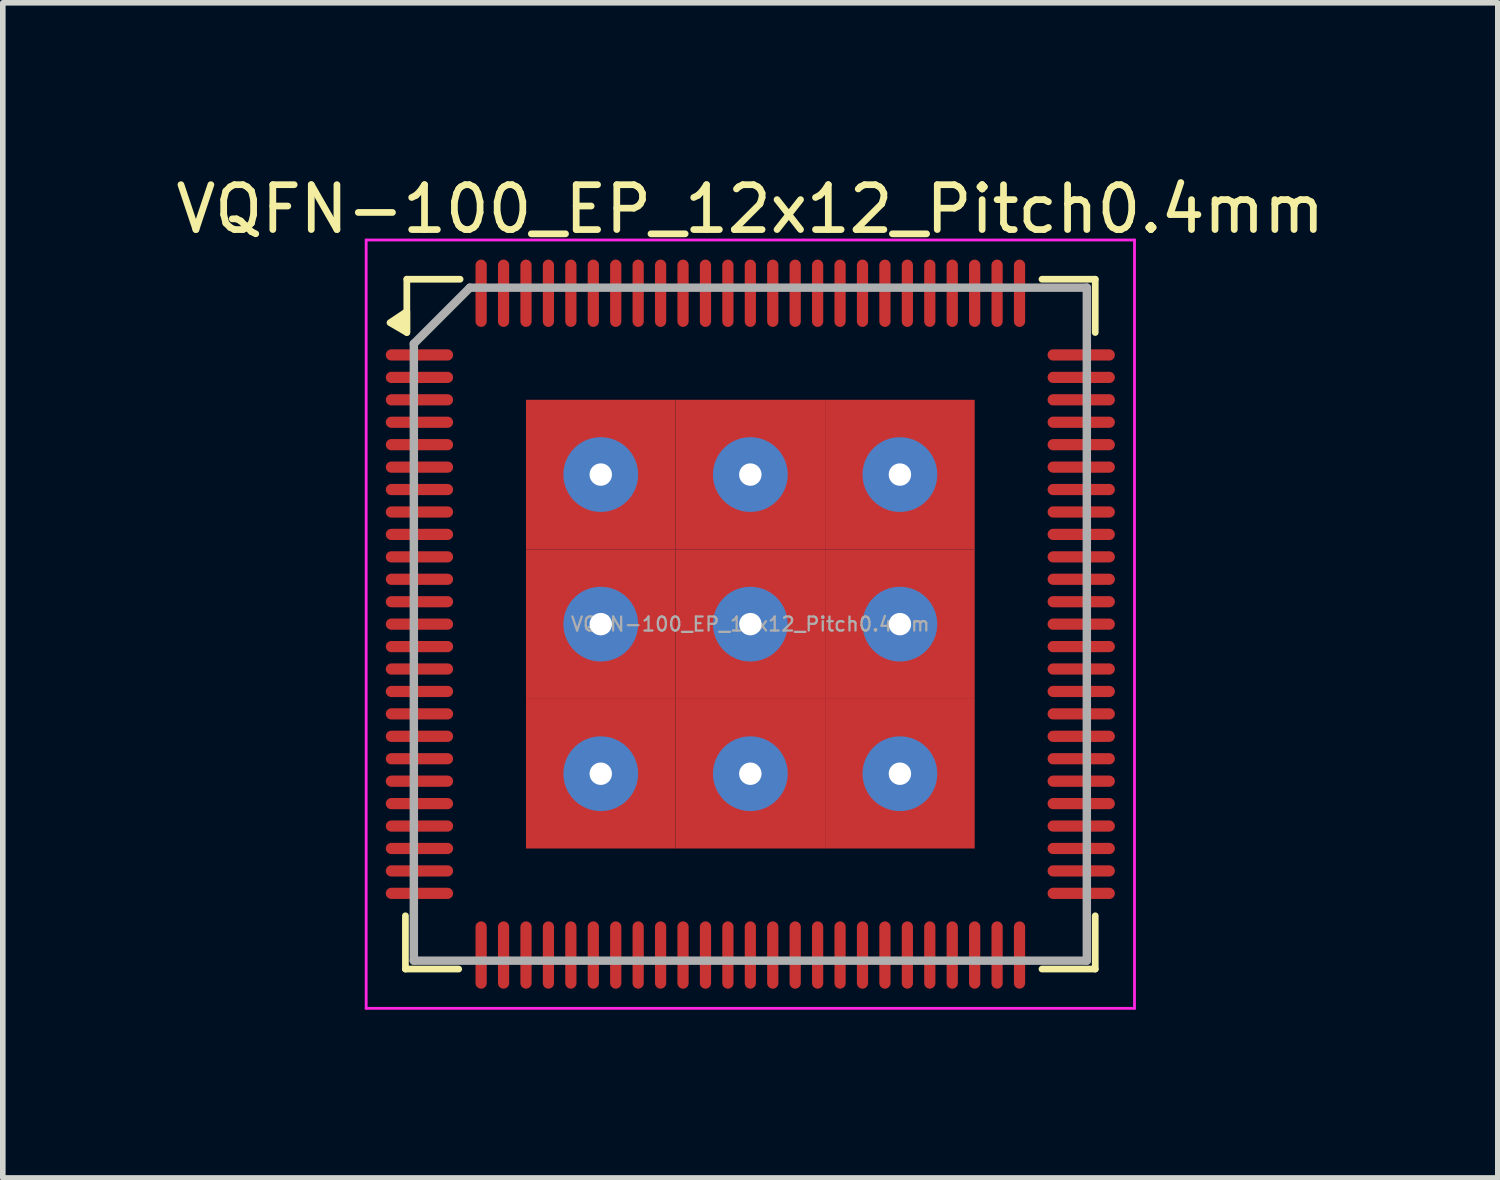
<source format=kicad_pcb>
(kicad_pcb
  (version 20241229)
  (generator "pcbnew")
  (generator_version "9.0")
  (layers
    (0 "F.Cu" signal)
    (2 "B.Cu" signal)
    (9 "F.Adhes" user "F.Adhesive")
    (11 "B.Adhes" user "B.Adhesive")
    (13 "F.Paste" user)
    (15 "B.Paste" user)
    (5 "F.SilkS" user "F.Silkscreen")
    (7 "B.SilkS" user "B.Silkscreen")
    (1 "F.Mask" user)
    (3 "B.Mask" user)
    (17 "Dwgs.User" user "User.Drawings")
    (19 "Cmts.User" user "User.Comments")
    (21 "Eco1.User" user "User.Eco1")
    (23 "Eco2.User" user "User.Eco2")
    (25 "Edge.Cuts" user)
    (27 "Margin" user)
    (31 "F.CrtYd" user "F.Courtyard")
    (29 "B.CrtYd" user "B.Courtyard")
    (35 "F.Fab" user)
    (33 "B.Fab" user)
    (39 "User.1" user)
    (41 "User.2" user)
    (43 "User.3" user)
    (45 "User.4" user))
  (footprint "VQFN-100_EP_12x12_Pitch0.4mm"
    (layer "F.Cu")
    (at 10.329 8.079)
    (property "Reference" "VQFN-100_EP_12x12_Pitch0.4mm" (at 0 -7.4 0) (layer "F.SilkS") (effects (font (size 0.8 0.8) (thickness 0.12))))
    (attr through_hole)
    (fp_line (start -6.15 6.15) (end -6.15 5.2) (stroke (width 0.12) (type default)) (layer "F.SilkS"))
    (fp_line (start -6.125 -6.15) (end -5.175 -6.15) (stroke (width 0.12) (type default)) (layer "F.SilkS"))
    (fp_line (start -6.125 -5.2) (end -6.125 -6.15) (stroke (width 0.12) (type default)) (layer "F.SilkS"))
    (fp_line (start -5.2 6.15) (end -6.15 6.15) (stroke (width 0.12) (type default)) (layer "F.SilkS"))
    (fp_line (start 5.2 -6.15) (end 6.15 -6.15) (stroke (width 0.12) (type default)) (layer "F.SilkS"))
    (fp_line (start 5.2 6.15) (end 6.15 6.15) (stroke (width 0.12) (type default)) (layer "F.SilkS"))
    (fp_line (start 6.15 -6.15) (end 6.15 -5.2) (stroke (width 0.12) (type default)) (layer "F.SilkS"))
    (fp_line (start 6.15 6.15) (end 6.15 5.2) (stroke (width 0.12) (type default)) (layer "F.SilkS"))
    (fp_poly (pts (xy -6.125 -5.2) (xy -6.425 -5.375) (xy -6.125 -5.575)) (stroke (width 0.12) (type solid)) (fill yes) (layer "F.SilkS"))
    (fp_line (start -6.85 -6.85) (end 6.85 -6.85) (stroke (width 0.05) (type default)) (layer "F.CrtYd"))
    (fp_line (start -6.85 6.85) (end -6.85 -6.85) (stroke (width 0.05) (type default)) (layer "F.CrtYd"))
    (fp_line (start 6.85 -6.85) (end 6.85 6.85) (stroke (width 0.05) (type default)) (layer "F.CrtYd"))
    (fp_line (start 6.85 6.85) (end -6.85 6.85) (stroke (width 0.05) (type default)) (layer "F.CrtYd"))
    (fp_line (start -6 -5) (end -6 6) (stroke (width 0.15) (type default)) (layer "F.Fab"))
    (fp_line (start -6 6) (end 6 6) (stroke (width 0.15) (type default)) (layer "F.Fab"))
    (fp_line (start -5 -6) (end -6 -5) (stroke (width 0.15) (type default)) (layer "F.Fab"))
    (fp_line (start 6 -6) (end -5 -6) (stroke (width 0.15) (type default)) (layer "F.Fab"))
    (fp_line (start 6 6) (end 6 -6) (stroke (width 0.15) (type default)) (layer "F.Fab"))
    (fp_text user "${REFERENCE}" (at 0 0 0) (layer "F.Fab") (effects (font (size 0.25 0.25) (thickness 0.04))))
    (pad "1" smd oval (at -5.9 -4.8 90) (size 0.2 1.2) (layers "F.Cu" "F.Mask" "F.Paste"))
    (pad "2" smd oval (at -5.9 -4.4 90) (size 0.2 1.2) (layers "F.Cu" "F.Mask" "F.Paste"))
    (pad "3" smd oval (at -5.9 -4 90) (size 0.2 1.2) (layers "F.Cu" "F.Mask" "F.Paste"))
    (pad "4" smd oval (at -5.9 -3.6 90) (size 0.2 1.2) (layers "F.Cu" "F.Mask" "F.Paste"))
    (pad "5" smd oval (at -5.9 -3.2 90) (size 0.2 1.2) (layers "F.Cu" "F.Mask" "F.Paste"))
    (pad "6" smd oval (at -5.9 -2.8 90) (size 0.2 1.2) (layers "F.Cu" "F.Mask" "F.Paste"))
    (pad "7" smd oval (at -5.9 -2.4 90) (size 0.2 1.2) (layers "F.Cu" "F.Mask" "F.Paste"))
    (pad "8" smd oval (at -5.9 -2 90) (size 0.2 1.2) (layers "F.Cu" "F.Mask" "F.Paste"))
    (pad "9" smd oval (at -5.9 -1.6 90) (size 0.2 1.2) (layers "F.Cu" "F.Mask" "F.Paste"))
    (pad "10" smd oval (at -5.9 -1.2 90) (size 0.2 1.2) (layers "F.Cu" "F.Mask" "F.Paste"))
    (pad "11" smd oval (at -5.9 -0.8 90) (size 0.2 1.2) (layers "F.Cu" "F.Mask" "F.Paste"))
    (pad "12" smd oval (at -5.9 -0.4 90) (size 0.2 1.2) (layers "F.Cu" "F.Mask" "F.Paste"))
    (pad "13" smd oval (at -5.9 0 90) (size 0.2 1.2) (layers "F.Cu" "F.Mask" "F.Paste"))
    (pad "14" smd oval (at -5.9 0.4 90) (size 0.2 1.2) (layers "F.Cu" "F.Mask" "F.Paste"))
    (pad "15" smd oval (at -5.9 0.8 90) (size 0.2 1.2) (layers "F.Cu" "F.Mask" "F.Paste"))
    (pad "16" smd oval (at -5.9 1.2 90) (size 0.2 1.2) (layers "F.Cu" "F.Mask" "F.Paste"))
    (pad "17" smd oval (at -5.9 1.6 90) (size 0.2 1.2) (layers "F.Cu" "F.Mask" "F.Paste"))
    (pad "18" smd oval (at -5.9 2 90) (size 0.2 1.2) (layers "F.Cu" "F.Mask" "F.Paste"))
    (pad "19" smd oval (at -5.9 2.4 90) (size 0.2 1.2) (layers "F.Cu" "F.Mask" "F.Paste"))
    (pad "20" smd oval (at -5.9 2.8 90) (size 0.2 1.2) (layers "F.Cu" "F.Mask" "F.Paste"))
    (pad "21" smd oval (at -5.9 3.2 90) (size 0.2 1.2) (layers "F.Cu" "F.Mask" "F.Paste"))
    (pad "22" smd oval (at -5.9 3.6 90) (size 0.2 1.2) (layers "F.Cu" "F.Mask" "F.Paste"))
    (pad "23" smd oval (at -5.9 4 90) (size 0.2 1.2) (layers "F.Cu" "F.Mask" "F.Paste"))
    (pad "24" smd oval (at -5.9 4.4 90) (size 0.2 1.2) (layers "F.Cu" "F.Mask" "F.Paste"))
    (pad "25" smd oval (at -5.9 4.8 90) (size 0.2 1.2) (layers "F.Cu" "F.Mask" "F.Paste"))
    (pad "26" smd oval (at -4.8 5.9) (size 0.2 1.2) (layers "F.Cu" "F.Mask" "F.Paste"))
    (pad "27" smd oval (at -4.4 5.9) (size 0.2 1.2) (layers "F.Cu" "F.Mask" "F.Paste"))
    (pad "28" smd oval (at -4 5.9) (size 0.2 1.2) (layers "F.Cu" "F.Mask" "F.Paste"))
    (pad "29" smd oval (at -3.6 5.9) (size 0.2 1.2) (layers "F.Cu" "F.Mask" "F.Paste"))
    (pad "30" smd oval (at -3.2 5.9) (size 0.2 1.2) (layers "F.Cu" "F.Mask" "F.Paste"))
    (pad "31" smd oval (at -2.8 5.9) (size 0.2 1.2) (layers "F.Cu" "F.Mask" "F.Paste"))
    (pad "32" smd oval (at -2.4 5.9) (size 0.2 1.2) (layers "F.Cu" "F.Mask" "F.Paste"))
    (pad "33" smd oval (at -2 5.9) (size 0.2 1.2) (layers "F.Cu" "F.Mask" "F.Paste"))
    (pad "34" smd oval (at -1.6 5.9) (size 0.2 1.2) (layers "F.Cu" "F.Mask" "F.Paste"))
    (pad "35" smd oval (at -1.2 5.9) (size 0.2 1.2) (layers "F.Cu" "F.Mask" "F.Paste"))
    (pad "36" smd oval (at -0.8 5.9) (size 0.2 1.2) (layers "F.Cu" "F.Mask" "F.Paste"))
    (pad "37" smd oval (at -0.4 5.9) (size 0.2 1.2) (layers "F.Cu" "F.Mask" "F.Paste"))
    (pad "38" smd oval (at 0 5.9) (size 0.2 1.2) (layers "F.Cu" "F.Mask" "F.Paste"))
    (pad "39" smd oval (at 0.4 5.9) (size 0.2 1.2) (layers "F.Cu" "F.Mask" "F.Paste"))
    (pad "40" smd oval (at 0.8 5.9) (size 0.2 1.2) (layers "F.Cu" "F.Mask" "F.Paste"))
    (pad "41" smd oval (at 1.2 5.9) (size 0.2 1.2) (layers "F.Cu" "F.Mask" "F.Paste"))
    (pad "42" smd oval (at 1.6 5.9) (size 0.2 1.2) (layers "F.Cu" "F.Mask" "F.Paste"))
    (pad "43" smd oval (at 2 5.9) (size 0.2 1.2) (layers "F.Cu" "F.Mask" "F.Paste"))
    (pad "44" smd oval (at 2.4 5.9) (size 0.2 1.2) (layers "F.Cu" "F.Mask" "F.Paste"))
    (pad "45" smd oval (at 2.8 5.9) (size 0.2 1.2) (layers "F.Cu" "F.Mask" "F.Paste"))
    (pad "46" smd oval (at 3.2 5.9) (size 0.2 1.2) (layers "F.Cu" "F.Mask" "F.Paste"))
    (pad "47" smd oval (at 3.6 5.9) (size 0.2 1.2) (layers "F.Cu" "F.Mask" "F.Paste"))
    (pad "48" smd oval (at 4 5.9) (size 0.2 1.2) (layers "F.Cu" "F.Mask" "F.Paste"))
    (pad "49" smd oval (at 4.4 5.9) (size 0.2 1.2) (layers "F.Cu" "F.Mask" "F.Paste"))
    (pad "50" smd oval (at 4.8 5.9) (size 0.2 1.2) (layers "F.Cu" "F.Mask" "F.Paste"))
    (pad "51" smd oval (at 5.9 4.8 90) (size 0.2 1.2) (layers "F.Cu" "F.Mask" "F.Paste"))
    (pad "52" smd oval (at 5.9 4.4 90) (size 0.2 1.2) (layers "F.Cu" "F.Mask" "F.Paste"))
    (pad "53" smd oval (at 5.9 4 90) (size 0.2 1.2) (layers "F.Cu" "F.Mask" "F.Paste"))
    (pad "54" smd oval (at 5.9 3.6 90) (size 0.2 1.2) (layers "F.Cu" "F.Mask" "F.Paste"))
    (pad "55" smd oval (at 5.9 3.2 90) (size 0.2 1.2) (layers "F.Cu" "F.Mask" "F.Paste"))
    (pad "56" smd oval (at 5.9 2.8 90) (size 0.2 1.2) (layers "F.Cu" "F.Mask" "F.Paste"))
    (pad "57" smd oval (at 5.9 2.4 90) (size 0.2 1.2) (layers "F.Cu" "F.Mask" "F.Paste"))
    (pad "58" smd oval (at 5.9 2 90) (size 0.2 1.2) (layers "F.Cu" "F.Mask" "F.Paste"))
    (pad "59" smd oval (at 5.9 1.6 90) (size 0.2 1.2) (layers "F.Cu" "F.Mask" "F.Paste"))
    (pad "60" smd oval (at 5.9 1.2 90) (size 0.2 1.2) (layers "F.Cu" "F.Mask" "F.Paste"))
    (pad "61" smd oval (at 5.9 0.8 90) (size 0.2 1.2) (layers "F.Cu" "F.Mask" "F.Paste"))
    (pad "62" smd oval (at 5.9 0.4 90) (size 0.2 1.2) (layers "F.Cu" "F.Mask" "F.Paste"))
    (pad "63" smd oval (at 5.9 0 90) (size 0.2 1.2) (layers "F.Cu" "F.Mask" "F.Paste"))
    (pad "64" smd oval (at 5.9 -0.4 90) (size 0.2 1.2) (layers "F.Cu" "F.Mask" "F.Paste"))
    (pad "65" smd oval (at 5.9 -0.8 90) (size 0.2 1.2) (layers "F.Cu" "F.Mask" "F.Paste"))
    (pad "66" smd oval (at 5.9 -1.2 90) (size 0.2 1.2) (layers "F.Cu" "F.Mask" "F.Paste"))
    (pad "67" smd oval (at 5.9 -1.6 90) (size 0.2 1.2) (layers "F.Cu" "F.Mask" "F.Paste"))
    (pad "68" smd oval (at 5.9 -2 90) (size 0.2 1.2) (layers "F.Cu" "F.Mask" "F.Paste"))
    (pad "69" smd oval (at 5.9 -2.4 90) (size 0.2 1.2) (layers "F.Cu" "F.Mask" "F.Paste"))
    (pad "70" smd oval (at 5.9 -2.8 90) (size 0.2 1.2) (layers "F.Cu" "F.Mask" "F.Paste"))
    (pad "71" smd oval (at 5.9 -3.2 90) (size 0.2 1.2) (layers "F.Cu" "F.Mask" "F.Paste"))
    (pad "72" smd oval (at 5.9 -3.6 90) (size 0.2 1.2) (layers "F.Cu" "F.Mask" "F.Paste"))
    (pad "73" smd oval (at 5.9 -4 90) (size 0.2 1.2) (layers "F.Cu" "F.Mask" "F.Paste"))
    (pad "74" smd oval (at 5.9 -4.4 90) (size 0.2 1.2) (layers "F.Cu" "F.Mask" "F.Paste"))
    (pad "75" smd oval (at 5.9 -4.8 90) (size 0.2 1.2) (layers "F.Cu" "F.Mask" "F.Paste"))
    (pad "76" smd oval (at 4.8 -5.9) (size 0.2 1.2) (layers "F.Cu" "F.Mask" "F.Paste"))
    (pad "77" smd oval (at 4.4 -5.9) (size 0.2 1.2) (layers "F.Cu" "F.Mask" "F.Paste"))
    (pad "78" smd oval (at 4 -5.9) (size 0.2 1.2) (layers "F.Cu" "F.Mask" "F.Paste"))
    (pad "79" smd oval (at 3.6 -5.9) (size 0.2 1.2) (layers "F.Cu" "F.Mask" "F.Paste"))
    (pad "80" smd oval (at 3.2 -5.9) (size 0.2 1.2) (layers "F.Cu" "F.Mask" "F.Paste"))
    (pad "81" smd oval (at 2.8 -5.9) (size 0.2 1.2) (layers "F.Cu" "F.Mask" "F.Paste"))
    (pad "82" smd oval (at 2.4 -5.9) (size 0.2 1.2) (layers "F.Cu" "F.Mask" "F.Paste"))
    (pad "83" smd oval (at 2 -5.9) (size 0.2 1.2) (layers "F.Cu" "F.Mask" "F.Paste"))
    (pad "84" smd oval (at 1.6 -5.9) (size 0.2 1.2) (layers "F.Cu" "F.Mask" "F.Paste"))
    (pad "85" smd oval (at 1.2 -5.9) (size 0.2 1.2) (layers "F.Cu" "F.Mask" "F.Paste"))
    (pad "86" smd oval (at 0.8 -5.9) (size 0.2 1.2) (layers "F.Cu" "F.Mask" "F.Paste"))
    (pad "87" smd oval (at 0.4 -5.9) (size 0.2 1.2) (layers "F.Cu" "F.Mask" "F.Paste"))
    (pad "88" smd oval (at 0 -5.9) (size 0.2 1.2) (layers "F.Cu" "F.Mask" "F.Paste"))
    (pad "89" smd oval (at -0.4 -5.9) (size 0.2 1.2) (layers "F.Cu" "F.Mask" "F.Paste"))
    (pad "90" smd oval (at -0.8 -5.9) (size 0.2 1.2) (layers "F.Cu" "F.Mask" "F.Paste"))
    (pad "91" smd oval (at -1.2 -5.9) (size 0.2 1.2) (layers "F.Cu" "F.Mask" "F.Paste"))
    (pad "92" smd oval (at -1.6 -5.9) (size 0.2 1.2) (layers "F.Cu" "F.Mask" "F.Paste"))
    (pad "93" smd oval (at -2 -5.9) (size 0.2 1.2) (layers "F.Cu" "F.Mask" "F.Paste"))
    (pad "94" smd oval (at -2.4 -5.9) (size 0.2 1.2) (layers "F.Cu" "F.Mask" "F.Paste"))
    (pad "95" smd oval (at -2.8 -5.9) (size 0.2 1.2) (layers "F.Cu" "F.Mask" "F.Paste"))
    (pad "96" smd oval (at -3.2 -5.9) (size 0.2 1.2) (layers "F.Cu" "F.Mask" "F.Paste"))
    (pad "97" smd oval (at -3.6 -5.9) (size 0.2 1.2) (layers "F.Cu" "F.Mask" "F.Paste"))
    (pad "98" smd oval (at -4 -5.9) (size 0.2 1.2) (layers "F.Cu" "F.Mask" "F.Paste"))
    (pad "99" smd oval (at -4.4 -5.9) (size 0.2 1.2) (layers "F.Cu" "F.Mask" "F.Paste"))
    (pad "100" smd oval (at -4.8 -5.9) (size 0.2 1.2) (layers "F.Cu" "F.Mask" "F.Paste"))
    (pad "101" thru_hole circle (at -2.667 -2.667) (size 1.333 1.333) (drill 0.4) (layers "*.Cu" "*.Mask"))
    (pad "101" smd rect (at -2.667 -2.667) (size 2.667 2.667) (layers "F.Cu" "F.Mask" "F.Paste"))
    (pad "101" thru_hole circle (at -2.667 0) (size 1.333 1.333) (drill 0.4) (layers "*.Cu" "*.Mask"))
    (pad "101" smd rect (at -2.667 0) (size 2.667 2.667) (layers "F.Cu" "F.Mask" "F.Paste"))
    (pad "101" thru_hole circle (at -2.667 2.667) (size 1.333 1.333) (drill 0.4) (layers "*.Cu" "*.Mask"))
    (pad "101" smd rect (at -2.667 2.667) (size 2.667 2.667) (layers "F.Cu" "F.Mask" "F.Paste"))
    (pad "101" thru_hole circle (at 0 -2.667) (size 1.333 1.333) (drill 0.4) (layers "*.Cu" "*.Mask"))
    (pad "101" smd rect (at 0 -2.667) (size 2.667 2.667) (layers "F.Cu" "F.Mask" "F.Paste"))
    (pad "101" thru_hole circle (at 0 0) (size 1.333 1.333) (drill 0.4) (layers "*.Cu" "*.Mask"))
    (pad "101" smd rect (at 0 0) (size 2.667 2.667) (layers "F.Cu" "F.Mask" "F.Paste"))
    (pad "101" thru_hole circle (at 0 2.667) (size 1.333 1.333) (drill 0.4) (layers "*.Cu" "*.Mask"))
    (pad "101" smd rect (at 0 2.667) (size 2.667 2.667) (layers "F.Cu" "F.Mask" "F.Paste"))
    (pad "101" thru_hole circle (at 2.667 -2.667) (size 1.333 1.333) (drill 0.4) (layers "*.Cu" "*.Mask"))
    (pad "101" smd rect (at 2.667 -2.667) (size 2.667 2.667) (layers "F.Cu" "F.Mask" "F.Paste"))
    (pad "101" thru_hole circle (at 2.667 0) (size 1.333 1.333) (drill 0.4) (layers "*.Cu" "*.Mask"))
    (pad "101" smd rect (at 2.667 0) (size 2.667 2.667) (layers "F.Cu" "F.Mask" "F.Paste"))
    (pad "101" thru_hole circle (at 2.667 2.667) (size 1.333 1.333) (drill 0.4) (layers "*.Cu" "*.Mask"))
    (pad "101" smd rect (at 2.667 2.667) (size 2.667 2.667) (layers "F.Cu" "F.Mask" "F.Paste")))
  (gr_rect
    (start -3 -3)
    (end 23.657 17.954)
    (stroke (width 0.1) (type default))
    (fill no)
    (layer "Edge.Cuts")))
</source>
